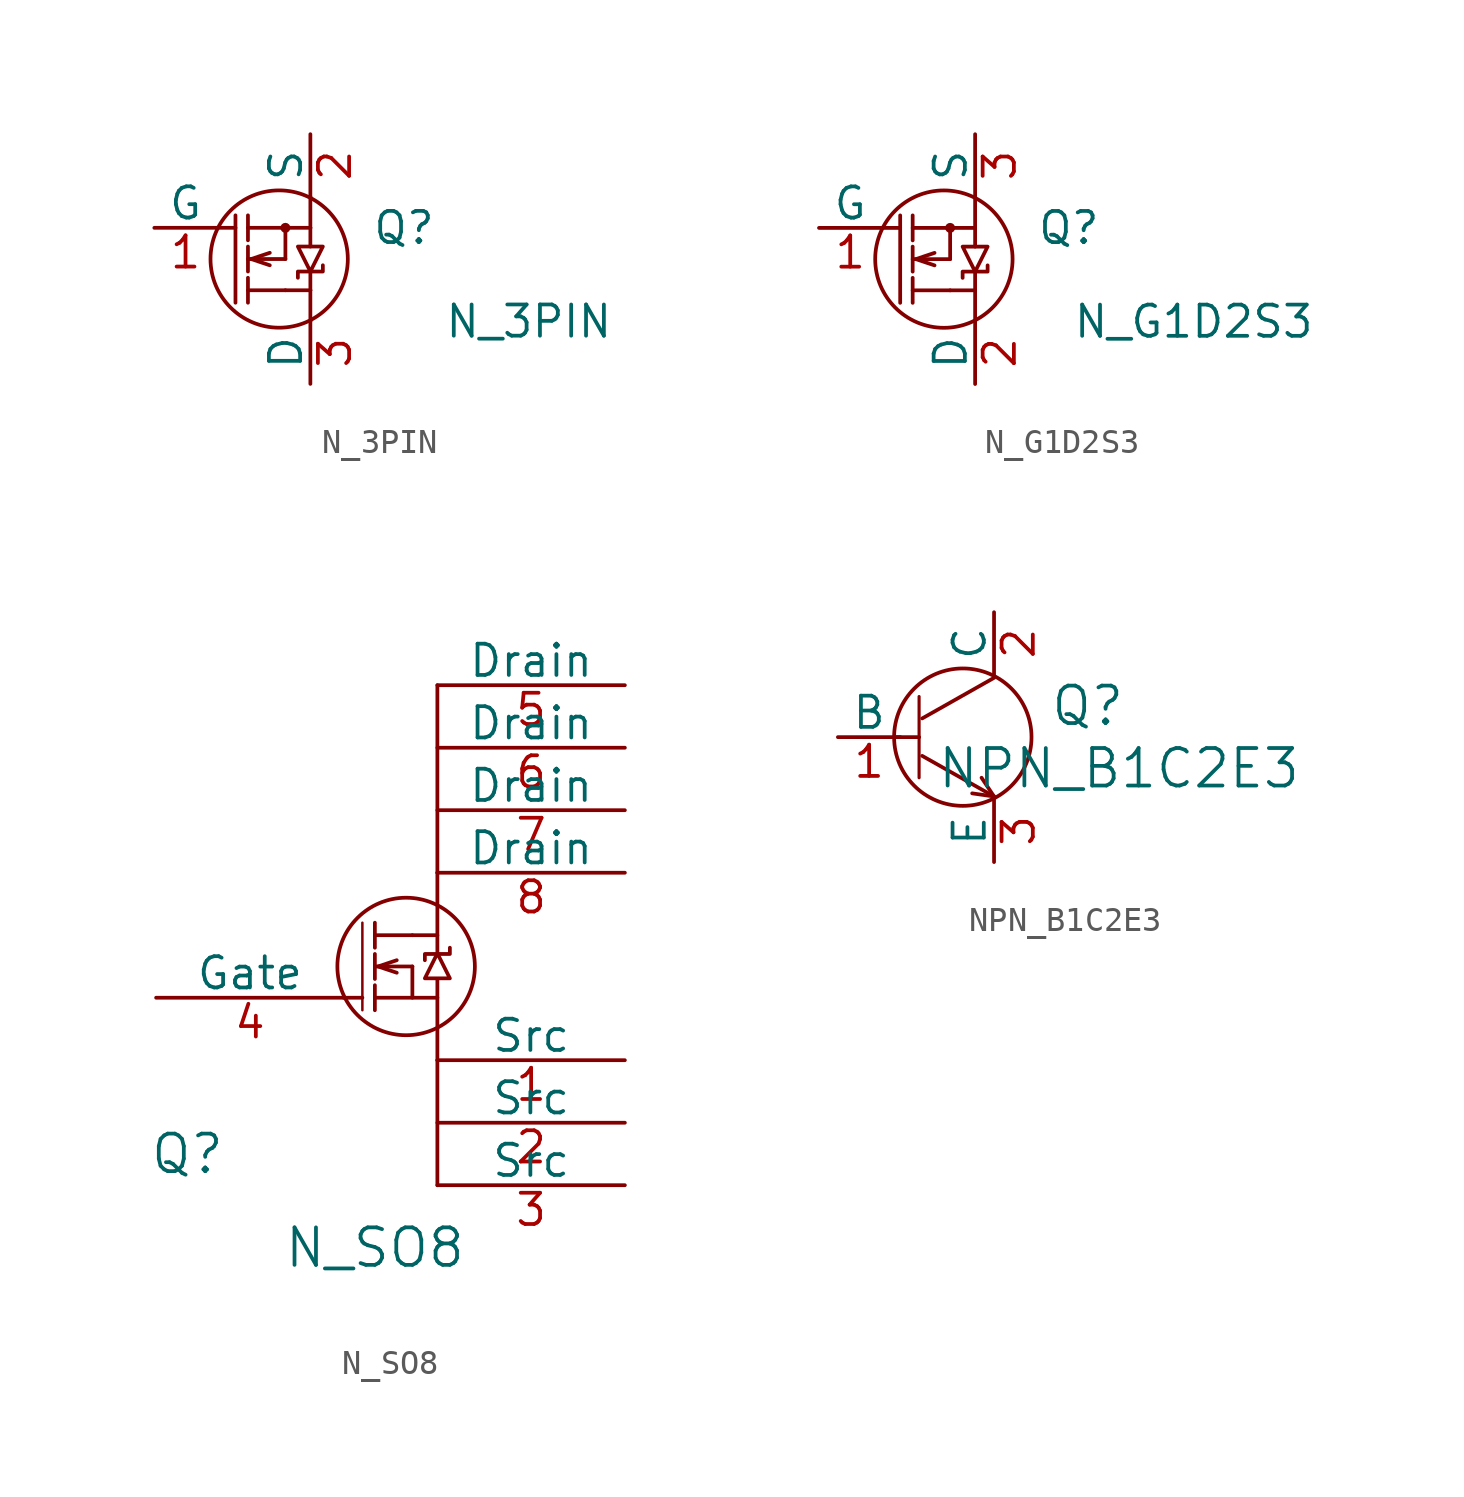
<source format=kicad_sym>
(kicad_symbol_lib
  (version 20211014)
  (generator kicad_symbol_editor)
  (symbol "N_3PIN"
    (pin_names
      (offset 0))
    (property "Reference" "Q"
      (at 5.08 1.27 0)
      (effects (font (size 1.27 1.27))))
    (property "Value" "N_3PIN"
      (at 10.16 -2.54 0)
      (effects (font (size 1.27 1.27))))
    (symbol "N_3PIN_0_1"
      (polyline (pts (xy -1.778 1.778) (xy -1.778 -1.778)) (stroke (width 0) (type default) (color 0 0 0 0)) (fill (type none)))
      (polyline (pts (xy 0.254 0) (xy 0.254 1.27)) (stroke (width 0) (type default) (color 0 0 0 0)) (fill (type none)))
      (polyline (pts (xy 1.27 -1.27) (xy 0.254 -1.27)) (stroke (width 0) (type default) (color 0 0 0 0)) (fill (type none)))
      (polyline (pts (xy -2.54 1.27) (xy -1.778 1.27) (xy -1.778 1.27)) (stroke (width 0) (type default) (color 0 0 0 0)) (fill (type none)))
      (polyline (pts (xy -1.27 -1.27) (xy 0.254 -1.27) (xy 0.254 -1.27)) (stroke (width 0) (type default) (color 0 0 0 0)) (fill (type none)))
      (polyline (pts (xy -1.27 -0.762) (xy -1.27 -1.778) (xy -1.27 -1.778)) (stroke (width 0) (type default) (color 0 0 0 0)) (fill (type none)))
      (polyline (pts (xy -1.27 0) (xy 0.254 0) (xy 0.254 0)) (stroke (width 0) (type default) (color 0 0 0 0)) (fill (type none)))
      (polyline (pts (xy -1.27 0.508) (xy -1.27 -0.508) (xy -1.27 -0.508)) (stroke (width 0) (type default) (color 0 0 0 0)) (fill (type none)))
      (polyline (pts (xy -1.27 1.27) (xy 0.254 1.27) (xy 0.254 1.27)) (stroke (width 0) (type default) (color 0 0 0 0)) (fill (type none)))
      (polyline (pts (xy -1.27 1.778) (xy -1.27 0.762) (xy -1.27 0.762)) (stroke (width 0) (type default) (color 0 0 0 0)) (fill (type none)))
      (polyline (pts (xy 0.254 1.27) (xy 1.27 1.27) (xy 1.27 1.27)) (stroke (width 0) (type default) (color 0 0 0 0)) (fill (type none)))
      (polyline (pts (xy 1.27 -1.27) (xy 1.27 -2.54) (xy 1.27 -2.54)) (stroke (width 0) (type default) (color 0 0 0 0)) (fill (type none)))
      (polyline (pts (xy 1.27 -1.27) (xy 1.27 -0.508) (xy 1.27 -0.508)) (stroke (width 0) (type default) (color 0 0 0 0)) (fill (type none)))
      (polyline (pts (xy 1.27 0.508) (xy 1.27 1.27) (xy 1.27 1.27)) (stroke (width 0) (type default) (color 0 0 0 0)) (fill (type none)))
      (polyline (pts (xy 1.27 2.54) (xy 1.27 1.27) (xy 1.27 1.27)) (stroke (width 0) (type default) (color 0 0 0 0)) (fill (type none)))
      (polyline (pts (xy -0.381 0.254) (xy -1.143 0) (xy -0.381 -0.254) (xy -0.381 -0.254)) (stroke (width 0) (type default) (color 0 0 0 0)) (fill (type none)))
      (polyline (pts (xy 0.762 -0.762) (xy 0.762 -0.508) (xy 1.778 -0.508) (xy 1.778 -0.254) (xy 1.778 -0.254)) (stroke (width 0) (type default) (color 0 0 0 0)) (fill (type none)))
      (polyline (pts (xy 0.762 0.508) (xy 1.778 0.508) (xy 1.27 -0.508) (xy 0.762 0.508) (xy 0.762 0.508)) (stroke (width 0) (type default) (color 0 0 0 0)) (fill (type none)))
      (circle (center 0 0) (radius 2.794) (stroke (width 0) (type default) (color 0 0 0 0)) (fill (type none)))
      (circle (center 0.254 1.27) (radius 0.127) (stroke (width 0) (type default) (color 0 0 0 0)) (fill (type none))))
    (symbol "N_3PIN_1_1"
      (pin passive line (at -5.08 1.27 0) (length 2.54) (name "G" (effects (font (size 1.27 1.27)))) (number "1" (effects (font (size 1.27 1.27)))))
      (pin passive line (at 1.27 5.08 270) (length 2.54) (name "S" (effects (font (size 1.27 1.27)))) (number "2" (effects (font (size 1.27 1.27)))))
      (pin passive line (at 1.27 -5.08 90) (length 2.54) (name "D" (effects (font (size 1.27 1.27)))) (number "3" (effects (font (size 1.27 1.27)))))))
  (symbol "N_G1D2S3"
    (pin_names
      (offset 0))
    (property "Reference" "Q"
      (at 5.08 1.27 0)
      (effects (font (size 1.27 1.27))))
    (property "Value" "N_G1D2S3"
      (at 10.16 -2.54 0)
      (effects (font (size 1.27 1.27))))
    (symbol "N_G1D2S3_0_1"
      (polyline (pts (xy -1.778 1.778) (xy -1.778 -1.778)) (stroke (width 0) (type default) (color 0 0 0 0)) (fill (type none)))
      (polyline (pts (xy 0.254 0) (xy 0.254 1.27)) (stroke (width 0) (type default) (color 0 0 0 0)) (fill (type none)))
      (polyline (pts (xy 1.27 -1.27) (xy 0.254 -1.27)) (stroke (width 0) (type default) (color 0 0 0 0)) (fill (type none)))
      (polyline (pts (xy -2.54 1.27) (xy -1.778 1.27) (xy -1.778 1.27)) (stroke (width 0) (type default) (color 0 0 0 0)) (fill (type none)))
      (polyline (pts (xy -1.27 -1.27) (xy 0.254 -1.27) (xy 0.254 -1.27)) (stroke (width 0) (type default) (color 0 0 0 0)) (fill (type none)))
      (polyline (pts (xy -1.27 -0.762) (xy -1.27 -1.778) (xy -1.27 -1.778)) (stroke (width 0) (type default) (color 0 0 0 0)) (fill (type none)))
      (polyline (pts (xy -1.27 0) (xy 0.254 0) (xy 0.254 0)) (stroke (width 0) (type default) (color 0 0 0 0)) (fill (type none)))
      (polyline (pts (xy -1.27 0.508) (xy -1.27 -0.508) (xy -1.27 -0.508)) (stroke (width 0) (type default) (color 0 0 0 0)) (fill (type none)))
      (polyline (pts (xy -1.27 1.27) (xy 0.254 1.27) (xy 0.254 1.27)) (stroke (width 0) (type default) (color 0 0 0 0)) (fill (type none)))
      (polyline (pts (xy -1.27 1.778) (xy -1.27 0.762) (xy -1.27 0.762)) (stroke (width 0) (type default) (color 0 0 0 0)) (fill (type none)))
      (polyline (pts (xy 0.254 1.27) (xy 1.27 1.27) (xy 1.27 1.27)) (stroke (width 0) (type default) (color 0 0 0 0)) (fill (type none)))
      (polyline (pts (xy 1.27 -1.27) (xy 1.27 -2.54) (xy 1.27 -2.54)) (stroke (width 0) (type default) (color 0 0 0 0)) (fill (type none)))
      (polyline (pts (xy 1.27 -1.27) (xy 1.27 -0.508) (xy 1.27 -0.508)) (stroke (width 0) (type default) (color 0 0 0 0)) (fill (type none)))
      (polyline (pts (xy 1.27 0.508) (xy 1.27 1.27) (xy 1.27 1.27)) (stroke (width 0) (type default) (color 0 0 0 0)) (fill (type none)))
      (polyline (pts (xy 1.27 2.54) (xy 1.27 1.27) (xy 1.27 1.27)) (stroke (width 0) (type default) (color 0 0 0 0)) (fill (type none)))
      (polyline (pts (xy -0.381 0.254) (xy -1.143 0) (xy -0.381 -0.254) (xy -0.381 -0.254)) (stroke (width 0) (type default) (color 0 0 0 0)) (fill (type none)))
      (polyline (pts (xy 0.762 -0.762) (xy 0.762 -0.508) (xy 1.778 -0.508) (xy 1.778 -0.254) (xy 1.778 -0.254)) (stroke (width 0) (type default) (color 0 0 0 0)) (fill (type none)))
      (polyline (pts (xy 0.762 0.508) (xy 1.778 0.508) (xy 1.27 -0.508) (xy 0.762 0.508) (xy 0.762 0.508)) (stroke (width 0) (type default) (color 0 0 0 0)) (fill (type none)))
      (circle (center 0 0) (radius 2.794) (stroke (width 0) (type default) (color 0 0 0 0)) (fill (type none)))
      (circle (center 0.254 1.27) (radius 0.127) (stroke (width 0) (type default) (color 0 0 0 0)) (fill (type none))))
    (symbol "N_G1D2S3_1_1"
      (pin passive line (at -5.08 1.27 0) (length 2.54) (name "G" (effects (font (size 1.27 1.27)))) (number "1" (effects (font (size 1.27 1.27)))))
      (pin passive line (at 1.27 -5.08 90) (length 2.54) (name "D" (effects (font (size 1.27 1.27)))) (number "2" (effects (font (size 1.27 1.27)))))
      (pin passive line (at 1.27 5.08 270) (length 2.54) (name "S" (effects (font (size 1.27 1.27)))) (number "3" (effects (font (size 1.27 1.27)))))))
  (symbol "N_SO8"
    (pin_names
      (offset 0))
    (property "Reference" "Q"
      (at -8.89 -7.62 0)
      (effects (font (size 1.524 1.524))))
    (property "Value" "N_SO8"
      (at -1.27 -11.43 0)
      (effects (font (size 1.524 1.524))))
    (property "Datasheet" ""
      (at -8.89 -7.62 0)
      (effects (font (size 1.524 1.524))))
    (symbol "N_SO8_0_1"
      (polyline (pts (xy -2.54 -1.27) (xy -1.778 -1.27) (xy -1.778 -1.27)) (stroke (width 0) (type default) (color 0 0 0 0)) (fill (type none)))
      (polyline (pts (xy -1.778 1.778) (xy -1.778 -1.778) (xy -1.778 -1.778)) (stroke (width 0.102) (type default) (color 0 0 0 0)) (fill (type none)))
      (polyline (pts (xy -1.27 -1.27) (xy 0.254 -1.27) (xy 0.254 -1.27)) (stroke (width 0) (type default) (color 0 0 0 0)) (fill (type none)))
      (polyline (pts (xy -1.27 -0.762) (xy -1.27 -1.778) (xy -1.27 -1.778)) (stroke (width 0) (type default) (color 0 0 0 0)) (fill (type none)))
      (polyline (pts (xy -1.27 0) (xy 0.254 0) (xy 0.254 0)) (stroke (width 0) (type default) (color 0 0 0 0)) (fill (type none)))
      (polyline (pts (xy -1.27 0.508) (xy -1.27 -0.508) (xy -1.27 -0.508)) (stroke (width 0) (type default) (color 0 0 0 0)) (fill (type none)))
      (polyline (pts (xy -1.27 1.27) (xy 0.254 1.27) (xy 0.254 1.27)) (stroke (width 0) (type default) (color 0 0 0 0)) (fill (type none)))
      (polyline (pts (xy -1.27 1.778) (xy -1.27 0.762) (xy -1.27 0.762)) (stroke (width 0) (type default) (color 0 0 0 0)) (fill (type none)))
      (polyline (pts (xy 1.27 -3.81) (xy 1.27 -8.89) (xy 1.27 -8.89)) (stroke (width 0) (type default) (color 0 0 0 0)) (fill (type none)))
      (polyline (pts (xy 1.27 -1.27) (xy 1.27 -3.81) (xy 1.27 -3.81)) (stroke (width 0) (type default) (color 0 0 0 0)) (fill (type none)))
      (polyline (pts (xy 1.27 1.27) (xy 1.27 3.81) (xy 1.27 3.81)) (stroke (width 0) (type default) (color 0 0 0 0)) (fill (type none)))
      (polyline (pts (xy 1.27 3.81) (xy 1.27 11.43) (xy 1.27 11.43)) (stroke (width 0) (type default) (color 0 0 0 0)) (fill (type none)))
      (polyline (pts (xy -0.381 0.254) (xy -1.143 0) (xy -0.381 -0.254) (xy -0.381 -0.254)) (stroke (width 0) (type default) (color 0 0 0 0)) (fill (type none)))
      (polyline (pts (xy 0.254 1.27) (xy 1.27 1.27) (xy 1.27 0.508) (xy 1.27 0.508)) (stroke (width 0) (type default) (color 0 0 0 0)) (fill (type none)))
      (polyline (pts (xy 0.254 0) (xy 0.254 -1.27) (xy 1.27 -1.27) (xy 1.27 -0.508) (xy 1.27 -0.508)) (stroke (width 0) (type default) (color 0 0 0 0)) (fill (type none)))
      (polyline (pts (xy 0.762 -0.483) (xy 1.778 -0.483) (xy 1.27 0.533) (xy 0.762 -0.483) (xy 0.762 -0.483)) (stroke (width 0) (type default) (color 0 0 0 0)) (fill (type none)))
      (polyline (pts (xy 0.762 0.254) (xy 0.762 0.508) (xy 1.778 0.508) (xy 1.778 0.762) (xy 1.778 0.762)) (stroke (width 0) (type default) (color 0 0 0 0)) (fill (type none)))
      (circle (center 0 0) (radius 2.794) (stroke (width 0) (type default) (color 0 0 0 0)) (fill (type none))))
    (symbol "N_SO8_1_1"
      (pin passive line (at 8.89 -3.81 180) (length 7.62) (name "Src" (effects (font (size 1.27 1.27)))) (number "1" (effects (font (size 1.27 1.27)))))
      (pin passive line (at 8.89 -6.35 180) (length 7.62) (name "Src" (effects (font (size 1.27 1.27)))) (number "2" (effects (font (size 1.27 1.27)))))
      (pin passive line (at 8.89 -8.89 180) (length 7.62) (name "Src" (effects (font (size 1.27 1.27)))) (number "3" (effects (font (size 1.27 1.27)))))
      (pin passive line (at -10.16 -1.27 0) (length 7.62) (name "Gate" (effects (font (size 1.27 1.27)))) (number "4" (effects (font (size 1.27 1.27)))))
      (pin passive line (at 8.89 11.43 180) (length 7.62) (name "Drain" (effects (font (size 1.27 1.27)))) (number "5" (effects (font (size 1.27 1.27)))))
      (pin passive line (at 8.89 8.89 180) (length 7.62) (name "Drain" (effects (font (size 1.27 1.27)))) (number "6" (effects (font (size 1.27 1.27)))))
      (pin passive line (at 8.89 6.35 180) (length 7.62) (name "Drain" (effects (font (size 1.27 1.27)))) (number "7" (effects (font (size 1.27 1.27)))))
      (pin passive line (at 8.89 3.81 180) (length 7.62) (name "Drain" (effects (font (size 1.27 1.27)))) (number "8" (effects (font (size 1.27 1.27)))))))
  (symbol "NPN_B1C2E3"
    (pin_names
      (offset 0))
    (property "Reference" "Q"
      (at 5.08 1.27 0)
      (effects (font (size 1.524 1.524))))
    (property "Value" "NPN_B1C2E3"
      (at 6.35 -1.27 0)
      (effects (font (size 1.524 1.524))))
    (property "Footprint" ""
      (at 0 0 0)
      (effects (font (size 1.524 1.524))))
    (property "Datasheet" ""
      (at 0 0 0)
      (effects (font (size 1.524 1.524))))
    (symbol "NPN_B1C2E3_0_1"
      (polyline (pts (xy -1.778 0) (xy -1.778 -1.651)) (stroke (width 0.127) (type default) (color 0 0 0 0)) (fill (type none)))
      (polyline (pts (xy -1.778 0) (xy -2.794 0) (xy -2.794 0)) (stroke (width 0) (type default) (color 0 0 0 0)) (fill (type none)))
      (polyline (pts (xy -1.778 0) (xy -1.778 1.651) (xy -1.778 1.651)) (stroke (width 0.127) (type default) (color 0 0 0 0)) (fill (type none)))
      (polyline (pts (xy 1.27 -2.413) (xy -1.651 -0.762) (xy -1.651 -0.762)) (stroke (width 0) (type default) (color 0 0 0 0)) (fill (type none)))
      (polyline (pts (xy 1.27 -2.413) (xy 0.381 -2.286) (xy 0.381 -2.286)) (stroke (width 0) (type default) (color 0 0 0 0)) (fill (type none)))
      (polyline (pts (xy 1.27 -2.413) (xy 0.762 -1.651) (xy 0.762 -1.651)) (stroke (width 0) (type default) (color 0 0 0 0)) (fill (type none)))
      (polyline (pts (xy 1.27 2.413) (xy -1.651 0.762) (xy -1.651 0.762)) (stroke (width 0) (type default) (color 0 0 0 0)) (fill (type none)))
      (circle (center 0 0) (radius 2.794) (stroke (width 0) (type default) (color 0 0 0 0)) (fill (type none))))
    (symbol "NPN_B1C2E3_1_1"
      (pin passive line (at -5.08 0 0) (length 2.54) (name "B" (effects (font (size 1.27 1.27)))) (number "1" (effects (font (size 1.27 1.27)))))
      (pin passive line (at 1.27 5.08 270) (length 2.54) (name "C" (effects (font (size 1.27 1.27)))) (number "2" (effects (font (size 1.27 1.27)))))
      (pin passive line (at 1.27 -5.08 90) (length 2.54) (name "E" (effects (font (size 1.27 1.27)))) (number "3" (effects (font (size 1.27 1.27))))))))
</source>
